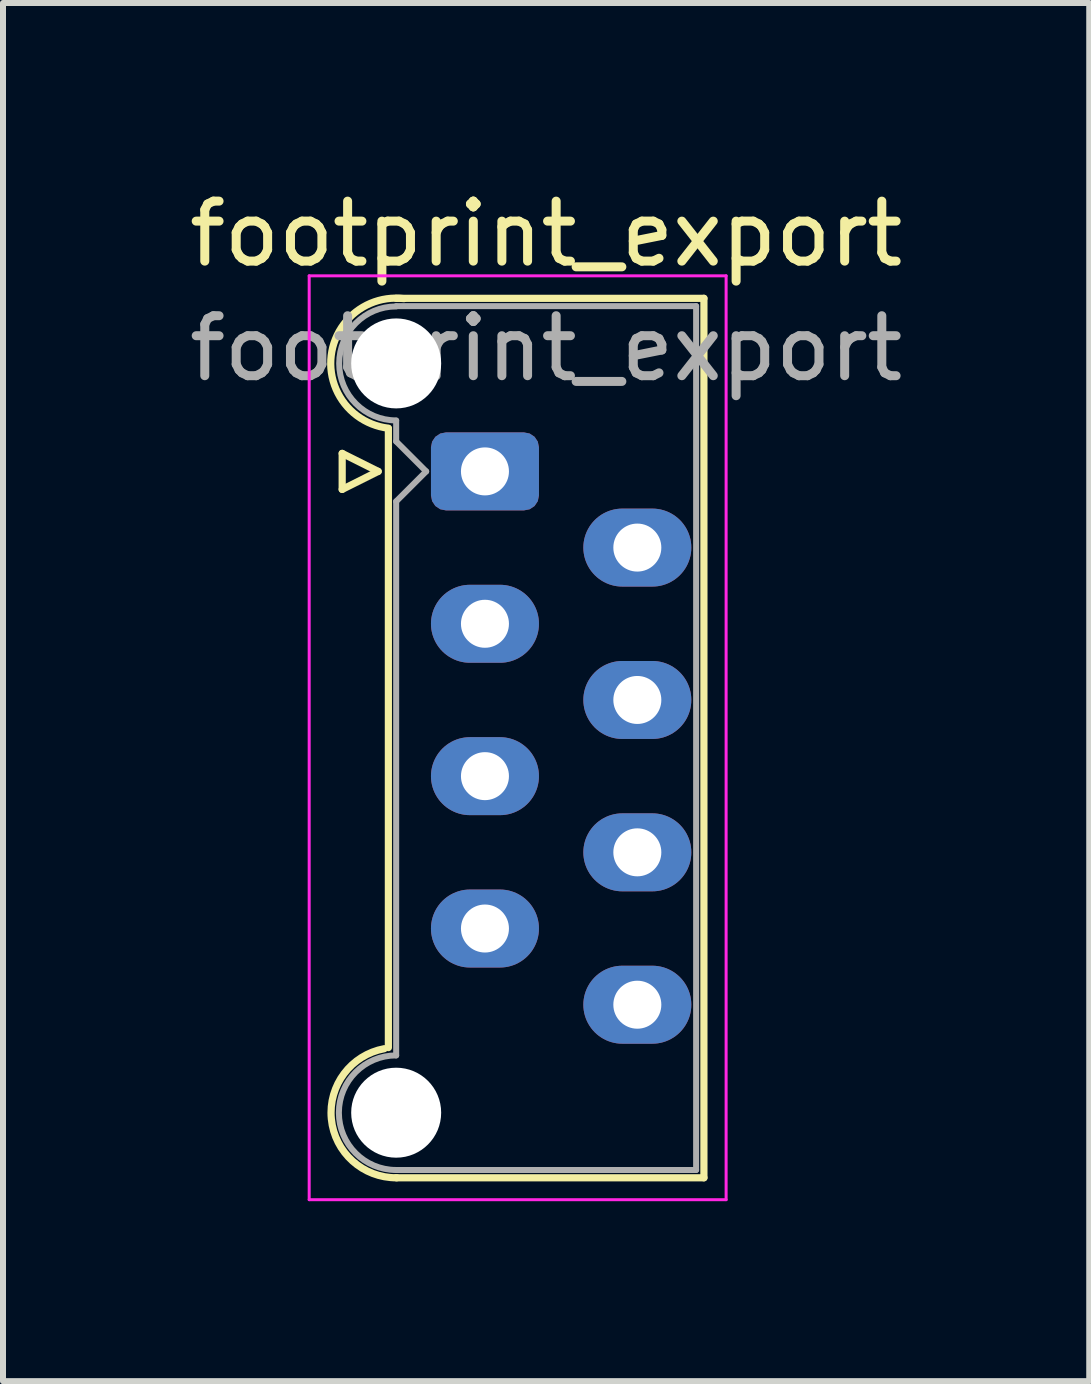
<source format=kicad_pcb>
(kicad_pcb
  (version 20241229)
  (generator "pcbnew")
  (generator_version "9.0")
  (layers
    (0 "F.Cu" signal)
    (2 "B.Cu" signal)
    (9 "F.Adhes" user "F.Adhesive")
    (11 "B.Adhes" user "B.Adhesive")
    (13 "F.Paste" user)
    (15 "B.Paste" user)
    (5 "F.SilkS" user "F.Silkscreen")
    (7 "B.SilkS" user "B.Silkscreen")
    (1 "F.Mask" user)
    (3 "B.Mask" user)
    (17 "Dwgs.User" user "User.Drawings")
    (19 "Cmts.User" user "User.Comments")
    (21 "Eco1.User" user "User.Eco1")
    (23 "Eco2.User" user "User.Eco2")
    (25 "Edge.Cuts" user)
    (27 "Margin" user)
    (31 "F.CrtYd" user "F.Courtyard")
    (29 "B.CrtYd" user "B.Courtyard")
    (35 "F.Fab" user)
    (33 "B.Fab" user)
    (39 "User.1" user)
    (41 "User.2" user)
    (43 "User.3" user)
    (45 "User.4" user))
  (footprint "footprint_export"
    (layer "F.Cu")
    (at 5.034 4.808)
    (property "Reference" "footprint_export" (at 1.02 -3.96 0) (layer "F.SilkS") (effects (font (size 1 1) (thickness 0.15))))
    (attr through_hole)
    (fp_line (start -2.38 -0.3) (end -2.38 0.3) (stroke (width 0.12) (type solid)) (layer "F.SilkS"))
    (fp_line (start -2.38 0.3) (end -1.78 0) (stroke (width 0.12) (type solid)) (layer "F.SilkS"))
    (fp_line (start -1.78 0) (end -2.38 -0.3) (stroke (width 0.12) (type solid)) (layer "F.SilkS"))
    (fp_line (start -1.61 -0.715) (end -1.61 9.605) (stroke (width 0.12) (type solid)) (layer "F.SilkS"))
    (fp_line (start -1.48 -2.885) (end 3.65 -2.885) (stroke (width 0.12) (type solid)) (layer "F.SilkS"))
    (fp_line (start 3.65 -2.885) (end 3.65 11.775) (stroke (width 0.12) (type solid)) (layer "F.SilkS"))
    (fp_line (start 3.65 11.775) (end -1.48 11.775) (stroke (width 0.12) (type solid)) (layer "F.SilkS"))
    (fp_arc (start -1.61 -0.72) (mid -2.56 -1.93) (end -1.35 -2.88) (stroke (width 0.12) (type solid)) (layer "F.SilkS"))
    (fp_arc (start -1.47 11.775) (mid -2.56 10.794526) (end -1.678256 9.62322) (stroke (width 0.12) (type solid)) (layer "F.SilkS"))
    (fp_line (start -2.93 -3.26) (end -2.93 12.14) (stroke (width 0.05) (type solid)) (layer "F.CrtYd"))
    (fp_line (start -2.93 12.14) (end 4.02 12.14) (stroke (width 0.05) (type solid)) (layer "F.CrtYd"))
    (fp_line (start 4.02 -3.26) (end -2.93 -3.26) (stroke (width 0.05) (type solid)) (layer "F.CrtYd"))
    (fp_line (start 4.02 12.14) (end 4.02 -3.26) (stroke (width 0.05) (type solid)) (layer "F.CrtYd"))
    (fp_line (start -1.48 -2.755) (end 3.52 -2.755) (stroke (width 0.1) (type solid)) (layer "F.Fab"))
    (fp_line (start -1.48 -0.845) (end -1.48 -0.5) (stroke (width 0.1) (type solid)) (layer "F.Fab"))
    (fp_line (start -1.48 -0.5) (end -0.98 0) (stroke (width 0.1) (type solid)) (layer "F.Fab"))
    (fp_line (start -1.48 0.5) (end -1.48 9.735) (stroke (width 0.1) (type solid)) (layer "F.Fab"))
    (fp_line (start -0.98 0) (end -1.48 0.5) (stroke (width 0.1) (type solid)) (layer "F.Fab"))
    (fp_line (start 3.52 -2.755) (end 3.52 11.645) (stroke (width 0.1) (type solid)) (layer "F.Fab"))
    (fp_line (start 3.52 11.645) (end -1.48 11.645) (stroke (width 0.1) (type solid)) (layer "F.Fab"))
    (fp_arc (start -1.48 -0.85) (mid -2.43 -1.8) (end -1.48 -2.75) (stroke (width 0.1) (type solid)) (layer "F.Fab"))
    (fp_arc (start -1.48 11.645) (mid -2.435 10.69) (end -1.48 9.735) (stroke (width 0.1) (type solid)) (layer "F.Fab"))
    (fp_text user "${REFERENCE}" (at 1.02 -2.05 0) (layer "F.Fab") (effects (font (size 1 1) (thickness 0.15))))
    (pad "" np_thru_hole circle (at -1.48 -1.8) (size 1.5 1.5) (drill 1.5) (layers "*.Cu" "*.Mask"))
    (pad "" np_thru_hole circle (at -1.48 10.69) (size 1.5 1.5) (drill 1.5) (layers "*.Cu" "*.Mask"))
    (pad "1" thru_hole roundrect (at 0 0) (size 1.8 1.3) (drill 0.8) (layers "*.Cu" "*.Mask") (roundrect_rratio 0.192))
    (pad "2" thru_hole oval (at 2.54 1.27) (size 1.8 1.3) (drill 0.8) (layers "*.Cu" "*.Mask"))
    (pad "3" thru_hole oval (at 0 2.54) (size 1.8 1.3) (drill 0.8) (layers "*.Cu" "*.Mask"))
    (pad "4" thru_hole oval (at 2.54 3.81) (size 1.8 1.3) (drill 0.8) (layers "*.Cu" "*.Mask"))
    (pad "5" thru_hole oval (at 0 5.08) (size 1.8 1.3) (drill 0.8) (layers "*.Cu" "*.Mask"))
    (pad "6" thru_hole oval (at 2.54 6.35) (size 1.8 1.3) (drill 0.8) (layers "*.Cu" "*.Mask"))
    (pad "7" thru_hole oval (at 0 7.62) (size 1.8 1.3) (drill 0.8) (layers "*.Cu" "*.Mask"))
    (pad "8" thru_hole oval (at 2.54 8.89) (size 1.8 1.3) (drill 0.8) (layers "*.Cu" "*.Mask")))
  (gr_rect
    (start -3 -3)
    (end 15.107 19.973)
    (stroke (width 0.1) (type default))
    (fill no)
    (layer "Edge.Cuts")))
</source>
